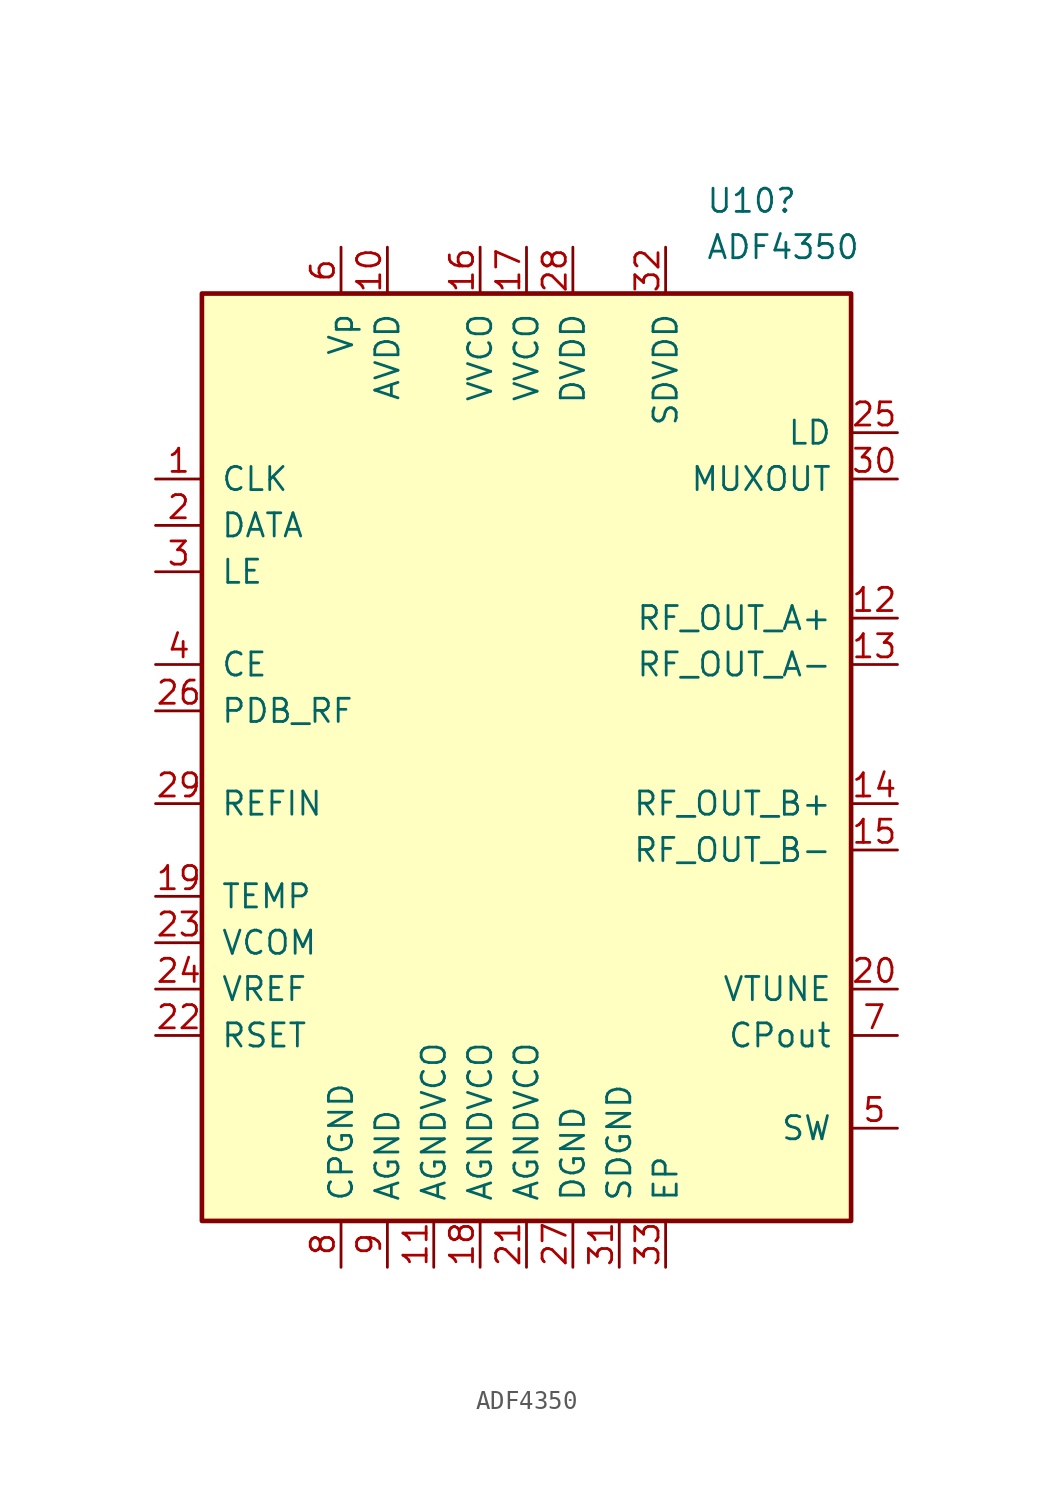
<source format=kicad_sym>
(kicad_symbol_lib
  (version 20231120)
  (generator "kicad_symbol_editor")
  (generator_version "8.0")
  (symbol "ADF4350"
    (pin_names
      (offset 1.016))
    (property "Reference" "U10"
      (at 9.814 30.48 0)
      (effects (font (size 1.27 1.27)) (justify left)))
    (property "Value" "ADF4350"
      (at 9.814 27.94 0)
      (effects (font (size 1.27 1.27)) (justify left)))
    (symbol "ADF4350_0_1"
      (rectangle (start 17.78 25.4) (end -17.78 -25.4) (stroke (width 0.254) (type default)) (fill (type background))))
    (symbol "ADF4350_1_1"
      (pin input line (at -20.32 15.24 0) (length 2.54) (name "CLK" (effects (font (size 1.27 1.27)))) (number "1" (effects (font (size 1.27 1.27)))))
      (pin power_in line (at -7.62 27.94 270) (length 2.54) (name "AVDD" (effects (font (size 1.27 1.27)))) (number "10" (effects (font (size 1.27 1.27)))))
      (pin power_in line (at -5.08 -27.94 90) (length 2.54) (name "AGNDVCO" (effects (font (size 1.27 1.27)))) (number "11" (effects (font (size 1.27 1.27)))))
      (pin output line (at 20.32 7.62 180) (length 2.54) (name "RF_OUT_A+" (effects (font (size 1.27 1.27)))) (number "12" (effects (font (size 1.27 1.27)))))
      (pin output line (at 20.32 5.08 180) (length 2.54) (name "RF_OUT_A-" (effects (font (size 1.27 1.27)))) (number "13" (effects (font (size 1.27 1.27)))))
      (pin output line (at 20.32 -2.54 180) (length 2.54) (name "RF_OUT_B+" (effects (font (size 1.27 1.27)))) (number "14" (effects (font (size 1.27 1.27)))))
      (pin output line (at 20.32 -5.08 180) (length 2.54) (name "RF_OUT_B-" (effects (font (size 1.27 1.27)))) (number "15" (effects (font (size 1.27 1.27)))))
      (pin power_in line (at -2.54 27.94 270) (length 2.54) (name "VVCO" (effects (font (size 1.27 1.27)))) (number "16" (effects (font (size 1.27 1.27)))))
      (pin power_in line (at 0 27.94 270) (length 2.54) (name "VVCO" (effects (font (size 1.27 1.27)))) (number "17" (effects (font (size 1.27 1.27)))))
      (pin power_in line (at -2.54 -27.94 90) (length 2.54) (name "AGNDVCO" (effects (font (size 1.27 1.27)))) (number "18" (effects (font (size 1.27 1.27)))))
      (pin input line (at -20.32 -7.62 0) (length 2.54) (name "TEMP" (effects (font (size 1.27 1.27)))) (number "19" (effects (font (size 1.27 1.27)))))
      (pin input line (at -20.32 12.7 0) (length 2.54) (name "DATA" (effects (font (size 1.27 1.27)))) (number "2" (effects (font (size 1.27 1.27)))))
      (pin input line (at 20.32 -12.7 180) (length 2.54) (name "VTUNE" (effects (font (size 1.27 1.27)))) (number "20" (effects (font (size 1.27 1.27)))))
      (pin power_in line (at 0 -27.94 90) (length 2.54) (name "AGNDVCO" (effects (font (size 1.27 1.27)))) (number "21" (effects (font (size 1.27 1.27)))))
      (pin input line (at -20.32 -15.24 0) (length 2.54) (name "RSET" (effects (font (size 1.27 1.27)))) (number "22" (effects (font (size 1.27 1.27)))))
      (pin input line (at -20.32 -10.16 0) (length 2.54) (name "VCOM" (effects (font (size 1.27 1.27)))) (number "23" (effects (font (size 1.27 1.27)))))
      (pin input line (at -20.32 -12.7 0) (length 2.54) (name "VREF" (effects (font (size 1.27 1.27)))) (number "24" (effects (font (size 1.27 1.27)))))
      (pin input line (at 20.32 17.78 180) (length 2.54) (name "LD" (effects (font (size 1.27 1.27)))) (number "25" (effects (font (size 1.27 1.27)))))
      (pin input line (at -20.32 2.54 0) (length 2.54) (name "PDB_RF" (effects (font (size 1.27 1.27)))) (number "26" (effects (font (size 1.27 1.27)))))
      (pin power_in line (at 2.54 -27.94 90) (length 2.54) (name "DGND" (effects (font (size 1.27 1.27)))) (number "27" (effects (font (size 1.27 1.27)))))
      (pin power_in line (at 2.54 27.94 270) (length 2.54) (name "DVDD" (effects (font (size 1.27 1.27)))) (number "28" (effects (font (size 1.27 1.27)))))
      (pin input line (at -20.32 -2.54 0) (length 2.54) (name "REFIN" (effects (font (size 1.27 1.27)))) (number "29" (effects (font (size 1.27 1.27)))))
      (pin input line (at -20.32 10.16 0) (length 2.54) (name "LE" (effects (font (size 1.27 1.27)))) (number "3" (effects (font (size 1.27 1.27)))))
      (pin output line (at 20.32 15.24 180) (length 2.54) (name "MUXOUT" (effects (font (size 1.27 1.27)))) (number "30" (effects (font (size 1.27 1.27)))))
      (pin power_in line (at 5.08 -27.94 90) (length 2.54) (name "SDGND" (effects (font (size 1.27 1.27)))) (number "31" (effects (font (size 1.27 1.27)))))
      (pin power_in line (at 7.62 27.94 270) (length 2.54) (name "SDVDD" (effects (font (size 1.27 1.27)))) (number "32" (effects (font (size 1.27 1.27)))))
      (pin power_in line (at 7.62 -27.94 90) (length 2.54) (name "EP" (effects (font (size 1.27 1.27)))) (number "33" (effects (font (size 1.27 1.27)))))
      (pin input line (at -20.32 5.08 0) (length 2.54) (name "CE" (effects (font (size 1.27 1.27)))) (number "4" (effects (font (size 1.27 1.27)))))
      (pin input line (at 20.32 -20.32 180) (length 2.54) (name "SW" (effects (font (size 1.27 1.27)))) (number "5" (effects (font (size 1.27 1.27)))))
      (pin power_in line (at -10.16 27.94 270) (length 2.54) (name "Vp" (effects (font (size 1.27 1.27)))) (number "6" (effects (font (size 1.27 1.27)))))
      (pin input line (at 20.32 -15.24 180) (length 2.54) (name "CPout" (effects (font (size 1.27 1.27)))) (number "7" (effects (font (size 1.27 1.27)))))
      (pin power_in line (at -10.16 -27.94 90) (length 2.54) (name "CPGND" (effects (font (size 1.27 1.27)))) (number "8" (effects (font (size 1.27 1.27)))))
      (pin power_in line (at -7.62 -27.94 90) (length 2.54) (name "AGND" (effects (font (size 1.27 1.27)))) (number "9" (effects (font (size 1.27 1.27))))))))
</source>
